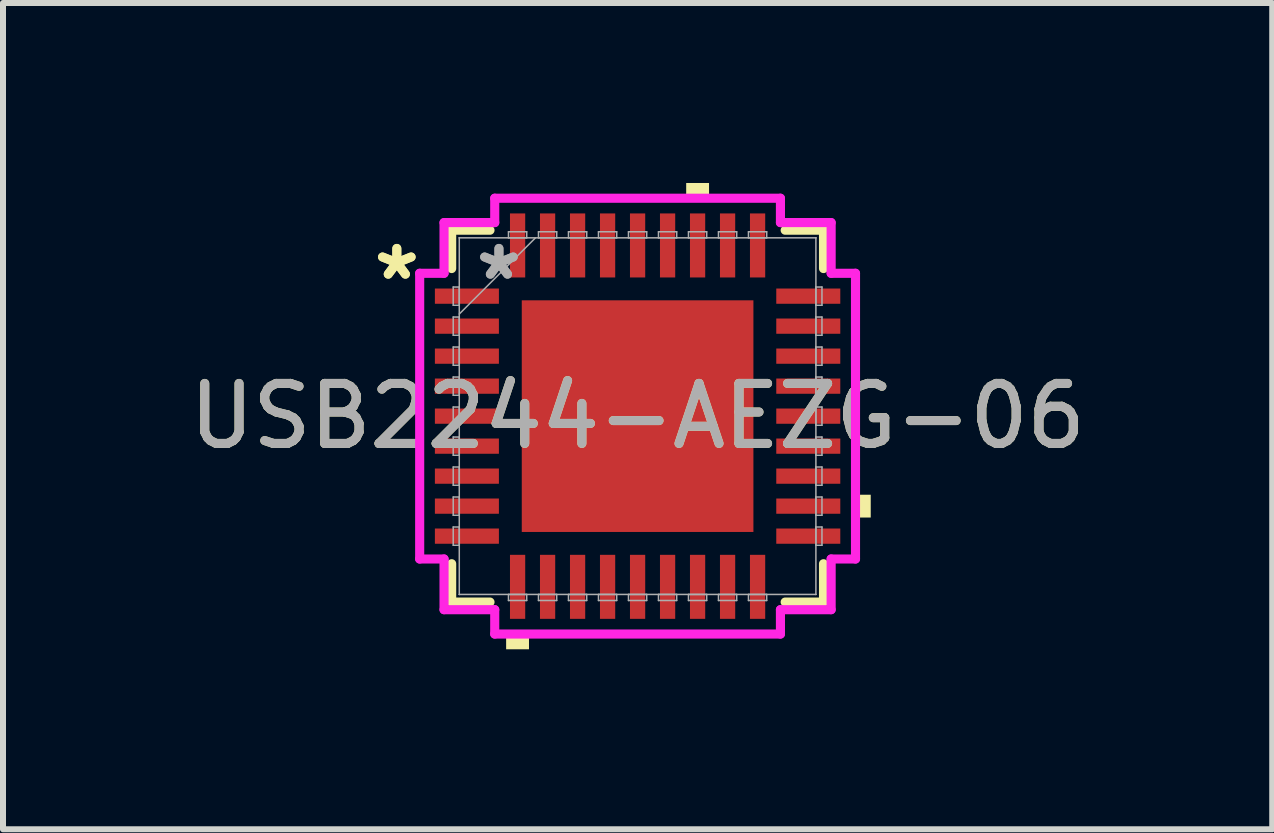
<source format=kicad_pcb>
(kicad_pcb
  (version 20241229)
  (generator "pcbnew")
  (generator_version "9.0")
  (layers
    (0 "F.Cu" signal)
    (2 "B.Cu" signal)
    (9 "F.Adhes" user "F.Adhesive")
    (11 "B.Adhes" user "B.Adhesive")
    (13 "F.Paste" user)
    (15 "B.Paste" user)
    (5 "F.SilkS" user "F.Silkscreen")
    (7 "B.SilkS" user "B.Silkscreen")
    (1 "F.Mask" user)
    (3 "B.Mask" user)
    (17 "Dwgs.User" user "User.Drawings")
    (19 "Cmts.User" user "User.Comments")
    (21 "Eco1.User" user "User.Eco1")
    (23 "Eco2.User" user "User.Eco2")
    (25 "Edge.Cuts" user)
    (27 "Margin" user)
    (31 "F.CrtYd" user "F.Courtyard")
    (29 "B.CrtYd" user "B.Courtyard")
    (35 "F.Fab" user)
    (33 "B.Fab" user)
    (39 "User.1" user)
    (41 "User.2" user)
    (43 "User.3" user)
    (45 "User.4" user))
  (footprint "USB2244-AEZG-06"
    (layer "F.Cu")
    (at 7.577 3.886)
    (property "Reference" "USB2244-AEZG-06" (at 0 0 0) (unlocked yes) (layer "F.SilkS") (effects (font (size 1 1) (thickness 0.15))))
    (attr smd)
    (fp_line (start -3.099 -3.099) (end -3.099 -2.46) (stroke (width 0.152) (type solid)) (layer "F.SilkS"))
    (fp_line (start -3.099 2.46) (end -3.099 3.099) (stroke (width 0.152) (type solid)) (layer "F.SilkS"))
    (fp_line (start -3.099 3.099) (end -2.46 3.099) (stroke (width 0.152) (type solid)) (layer "F.SilkS"))
    (fp_line (start -2.46 -3.099) (end -3.099 -3.099) (stroke (width 0.152) (type solid)) (layer "F.SilkS"))
    (fp_line (start 2.46 3.099) (end 3.099 3.099) (stroke (width 0.152) (type solid)) (layer "F.SilkS"))
    (fp_line (start 3.099 -3.099) (end 2.46 -3.099) (stroke (width 0.152) (type solid)) (layer "F.SilkS"))
    (fp_line (start 3.099 -2.46) (end 3.099 -3.099) (stroke (width 0.152) (type solid)) (layer "F.SilkS"))
    (fp_line (start 3.099 3.099) (end 3.099 2.46) (stroke (width 0.152) (type solid)) (layer "F.SilkS"))
    (fp_poly (pts (xy -2.191 3.632) (xy -2.191 3.886) (xy -1.81 3.886) (xy -1.81 3.632)) (stroke (width 0) (type solid)) (fill yes) (layer "F.SilkS"))
    (fp_poly (pts (xy 0.81 -3.632) (xy 0.81 -3.886) (xy 1.191 -3.886) (xy 1.191 -3.632)) (stroke (width 0) (type solid)) (fill yes) (layer "F.SilkS"))
    (fp_poly (pts (xy 3.886 1.31) (xy 3.886 1.69) (xy 3.632 1.69) (xy 3.632 1.31)) (stroke (width 0) (type solid)) (fill yes) (layer "F.SilkS"))
    (fp_poly (pts (xy -1.83 -1.83) (xy -1.83 -0.743) (xy -0.743 -0.743) (xy -0.743 -1.83)) (stroke (width 0) (type solid)) (fill yes) (layer "F.Paste"))
    (fp_poly (pts (xy -1.83 -0.543) (xy -1.83 0.543) (xy -0.743 0.543) (xy -0.743 -0.543)) (stroke (width 0) (type solid)) (fill yes) (layer "F.Paste"))
    (fp_poly (pts (xy -1.83 0.743) (xy -1.83 1.83) (xy -0.743 1.83) (xy -0.743 0.743)) (stroke (width 0) (type solid)) (fill yes) (layer "F.Paste"))
    (fp_poly (pts (xy -0.543 -1.83) (xy -0.543 -0.743) (xy 0.543 -0.743) (xy 0.543 -1.83)) (stroke (width 0) (type solid)) (fill yes) (layer "F.Paste"))
    (fp_poly (pts (xy -0.543 -0.543) (xy -0.543 0.543) (xy 0.543 0.543) (xy 0.543 -0.543)) (stroke (width 0) (type solid)) (fill yes) (layer "F.Paste"))
    (fp_poly (pts (xy -0.543 0.743) (xy -0.543 1.83) (xy 0.543 1.83) (xy 0.543 0.743)) (stroke (width 0) (type solid)) (fill yes) (layer "F.Paste"))
    (fp_poly (pts (xy 0.743 -1.83) (xy 0.743 -0.743) (xy 1.83 -0.743) (xy 1.83 -1.83)) (stroke (width 0) (type solid)) (fill yes) (layer "F.Paste"))
    (fp_poly (pts (xy 0.743 -0.543) (xy 0.743 0.543) (xy 1.83 0.543) (xy 1.83 -0.543)) (stroke (width 0) (type solid)) (fill yes) (layer "F.Paste"))
    (fp_poly (pts (xy 0.743 0.743) (xy 0.743 1.83) (xy 1.83 1.83) (xy 1.83 0.743)) (stroke (width 0) (type solid)) (fill yes) (layer "F.Paste"))
    (fp_line (start -3.632 -2.381) (end -3.226 -2.381) (stroke (width 0.152) (type solid)) (layer "F.CrtYd"))
    (fp_line (start -3.632 2.381) (end -3.632 -2.381) (stroke (width 0.152) (type solid)) (layer "F.CrtYd"))
    (fp_line (start -3.226 -3.226) (end -2.381 -3.226) (stroke (width 0.152) (type solid)) (layer "F.CrtYd"))
    (fp_line (start -3.226 -2.381) (end -3.226 -3.226) (stroke (width 0.152) (type solid)) (layer "F.CrtYd"))
    (fp_line (start -3.226 2.381) (end -3.632 2.381) (stroke (width 0.152) (type solid)) (layer "F.CrtYd"))
    (fp_line (start -3.226 3.226) (end -3.226 2.381) (stroke (width 0.152) (type solid)) (layer "F.CrtYd"))
    (fp_line (start -2.381 -3.632) (end 2.381 -3.632) (stroke (width 0.152) (type solid)) (layer "F.CrtYd"))
    (fp_line (start -2.381 -3.226) (end -2.381 -3.632) (stroke (width 0.152) (type solid)) (layer "F.CrtYd"))
    (fp_line (start -2.381 3.226) (end -3.226 3.226) (stroke (width 0.152) (type solid)) (layer "F.CrtYd"))
    (fp_line (start -2.381 3.632) (end -2.381 3.226) (stroke (width 0.152) (type solid)) (layer "F.CrtYd"))
    (fp_line (start 2.381 -3.632) (end 2.381 -3.226) (stroke (width 0.152) (type solid)) (layer "F.CrtYd"))
    (fp_line (start 2.381 -3.226) (end 3.226 -3.226) (stroke (width 0.152) (type solid)) (layer "F.CrtYd"))
    (fp_line (start 2.381 3.226) (end 2.381 3.632) (stroke (width 0.152) (type solid)) (layer "F.CrtYd"))
    (fp_line (start 2.381 3.632) (end -2.381 3.632) (stroke (width 0.152) (type solid)) (layer "F.CrtYd"))
    (fp_line (start 3.226 -3.226) (end 3.226 -2.381) (stroke (width 0.152) (type solid)) (layer "F.CrtYd"))
    (fp_line (start 3.226 -2.381) (end 3.632 -2.381) (stroke (width 0.152) (type solid)) (layer "F.CrtYd"))
    (fp_line (start 3.226 2.381) (end 3.226 3.226) (stroke (width 0.152) (type solid)) (layer "F.CrtYd"))
    (fp_line (start 3.226 3.226) (end 2.381 3.226) (stroke (width 0.152) (type solid)) (layer "F.CrtYd"))
    (fp_line (start 3.632 -2.381) (end 3.632 2.381) (stroke (width 0.152) (type solid)) (layer "F.CrtYd"))
    (fp_line (start 3.632 2.381) (end 3.226 2.381) (stroke (width 0.152) (type solid)) (layer "F.CrtYd"))
    (fp_line (start -3.073 -2.152) (end -3.073 -1.848) (stroke (width 0.025) (type solid)) (layer "F.Fab"))
    (fp_line (start -3.073 -1.848) (end -2.972 -1.848) (stroke (width 0.025) (type solid)) (layer "F.Fab"))
    (fp_line (start -3.073 -1.652) (end -3.073 -1.348) (stroke (width 0.025) (type solid)) (layer "F.Fab"))
    (fp_line (start -3.073 -1.348) (end -2.972 -1.348) (stroke (width 0.025) (type solid)) (layer "F.Fab"))
    (fp_line (start -3.073 -1.152) (end -3.073 -0.848) (stroke (width 0.025) (type solid)) (layer "F.Fab"))
    (fp_line (start -3.073 -0.848) (end -2.972 -0.848) (stroke (width 0.025) (type solid)) (layer "F.Fab"))
    (fp_line (start -3.073 -0.652) (end -3.073 -0.348) (stroke (width 0.025) (type solid)) (layer "F.Fab"))
    (fp_line (start -3.073 -0.348) (end -2.972 -0.348) (stroke (width 0.025) (type solid)) (layer "F.Fab"))
    (fp_line (start -3.073 -0.152) (end -3.073 0.152) (stroke (width 0.025) (type solid)) (layer "F.Fab"))
    (fp_line (start -3.073 0.152) (end -2.972 0.152) (stroke (width 0.025) (type solid)) (layer "F.Fab"))
    (fp_line (start -3.073 0.348) (end -3.073 0.652) (stroke (width 0.025) (type solid)) (layer "F.Fab"))
    (fp_line (start -3.073 0.652) (end -2.972 0.652) (stroke (width 0.025) (type solid)) (layer "F.Fab"))
    (fp_line (start -3.073 0.848) (end -3.073 1.152) (stroke (width 0.025) (type solid)) (layer "F.Fab"))
    (fp_line (start -3.073 1.152) (end -2.972 1.152) (stroke (width 0.025) (type solid)) (layer "F.Fab"))
    (fp_line (start -3.073 1.348) (end -3.073 1.652) (stroke (width 0.025) (type solid)) (layer "F.Fab"))
    (fp_line (start -3.073 1.652) (end -2.972 1.652) (stroke (width 0.025) (type solid)) (layer "F.Fab"))
    (fp_line (start -3.073 1.848) (end -3.073 2.152) (stroke (width 0.025) (type solid)) (layer "F.Fab"))
    (fp_line (start -3.073 2.152) (end -2.972 2.152) (stroke (width 0.025) (type solid)) (layer "F.Fab"))
    (fp_line (start -2.972 -2.972) (end -2.972 -2.972) (stroke (width 0.025) (type solid)) (layer "F.Fab"))
    (fp_line (start -2.972 -2.972) (end -2.972 2.972) (stroke (width 0.025) (type solid)) (layer "F.Fab"))
    (fp_line (start -2.972 -2.152) (end -3.073 -2.152) (stroke (width 0.025) (type solid)) (layer "F.Fab"))
    (fp_line (start -2.972 -1.848) (end -2.972 -2.152) (stroke (width 0.025) (type solid)) (layer "F.Fab"))
    (fp_line (start -2.972 -1.702) (end -1.702 -2.972) (stroke (width 0.025) (type solid)) (layer "F.Fab"))
    (fp_line (start -2.972 -1.652) (end -3.073 -1.652) (stroke (width 0.025) (type solid)) (layer "F.Fab"))
    (fp_line (start -2.972 -1.348) (end -2.972 -1.652) (stroke (width 0.025) (type solid)) (layer "F.Fab"))
    (fp_line (start -2.972 -1.152) (end -3.073 -1.152) (stroke (width 0.025) (type solid)) (layer "F.Fab"))
    (fp_line (start -2.972 -0.848) (end -2.972 -1.152) (stroke (width 0.025) (type solid)) (layer "F.Fab"))
    (fp_line (start -2.972 -0.652) (end -3.073 -0.652) (stroke (width 0.025) (type solid)) (layer "F.Fab"))
    (fp_line (start -2.972 -0.348) (end -2.972 -0.652) (stroke (width 0.025) (type solid)) (layer "F.Fab"))
    (fp_line (start -2.972 -0.152) (end -3.073 -0.152) (stroke (width 0.025) (type solid)) (layer "F.Fab"))
    (fp_line (start -2.972 0.152) (end -2.972 -0.152) (stroke (width 0.025) (type solid)) (layer "F.Fab"))
    (fp_line (start -2.972 0.348) (end -3.073 0.348) (stroke (width 0.025) (type solid)) (layer "F.Fab"))
    (fp_line (start -2.972 0.652) (end -2.972 0.348) (stroke (width 0.025) (type solid)) (layer "F.Fab"))
    (fp_line (start -2.972 0.848) (end -3.073 0.848) (stroke (width 0.025) (type solid)) (layer "F.Fab"))
    (fp_line (start -2.972 1.152) (end -2.972 0.848) (stroke (width 0.025) (type solid)) (layer "F.Fab"))
    (fp_line (start -2.972 1.348) (end -3.073 1.348) (stroke (width 0.025) (type solid)) (layer "F.Fab"))
    (fp_line (start -2.972 1.652) (end -2.972 1.348) (stroke (width 0.025) (type solid)) (layer "F.Fab"))
    (fp_line (start -2.972 1.848) (end -3.073 1.848) (stroke (width 0.025) (type solid)) (layer "F.Fab"))
    (fp_line (start -2.972 2.152) (end -2.972 1.848) (stroke (width 0.025) (type solid)) (layer "F.Fab"))
    (fp_line (start -2.972 2.972) (end -2.972 2.972) (stroke (width 0.025) (type solid)) (layer "F.Fab"))
    (fp_line (start -2.972 2.972) (end 2.972 2.972) (stroke (width 0.025) (type solid)) (layer "F.Fab"))
    (fp_line (start -2.152 -3.073) (end -2.152 -2.972) (stroke (width 0.025) (type solid)) (layer "F.Fab"))
    (fp_line (start -2.152 -2.972) (end -1.848 -2.972) (stroke (width 0.025) (type solid)) (layer "F.Fab"))
    (fp_line (start -2.152 2.972) (end -2.152 3.073) (stroke (width 0.025) (type solid)) (layer "F.Fab"))
    (fp_line (start -2.152 3.073) (end -1.848 3.073) (stroke (width 0.025) (type solid)) (layer "F.Fab"))
    (fp_line (start -1.848 -3.073) (end -2.152 -3.073) (stroke (width 0.025) (type solid)) (layer "F.Fab"))
    (fp_line (start -1.848 -2.972) (end -1.848 -3.073) (stroke (width 0.025) (type solid)) (layer "F.Fab"))
    (fp_line (start -1.848 2.972) (end -2.152 2.972) (stroke (width 0.025) (type solid)) (layer "F.Fab"))
    (fp_line (start -1.848 3.073) (end -1.848 2.972) (stroke (width 0.025) (type solid)) (layer "F.Fab"))
    (fp_line (start -1.652 -3.073) (end -1.652 -2.972) (stroke (width 0.025) (type solid)) (layer "F.Fab"))
    (fp_line (start -1.652 -2.972) (end -1.348 -2.972) (stroke (width 0.025) (type solid)) (layer "F.Fab"))
    (fp_line (start -1.652 2.972) (end -1.652 3.073) (stroke (width 0.025) (type solid)) (layer "F.Fab"))
    (fp_line (start -1.652 3.073) (end -1.348 3.073) (stroke (width 0.025) (type solid)) (layer "F.Fab"))
    (fp_line (start -1.348 -3.073) (end -1.652 -3.073) (stroke (width 0.025) (type solid)) (layer "F.Fab"))
    (fp_line (start -1.348 -2.972) (end -1.348 -3.073) (stroke (width 0.025) (type solid)) (layer "F.Fab"))
    (fp_line (start -1.348 2.972) (end -1.652 2.972) (stroke (width 0.025) (type solid)) (layer "F.Fab"))
    (fp_line (start -1.348 3.073) (end -1.348 2.972) (stroke (width 0.025) (type solid)) (layer "F.Fab"))
    (fp_line (start -1.152 -3.073) (end -1.152 -2.972) (stroke (width 0.025) (type solid)) (layer "F.Fab"))
    (fp_line (start -1.152 -2.972) (end -0.848 -2.972) (stroke (width 0.025) (type solid)) (layer "F.Fab"))
    (fp_line (start -1.152 2.972) (end -1.152 3.073) (stroke (width 0.025) (type solid)) (layer "F.Fab"))
    (fp_line (start -1.152 3.073) (end -0.848 3.073) (stroke (width 0.025) (type solid)) (layer "F.Fab"))
    (fp_line (start -0.848 -3.073) (end -1.152 -3.073) (stroke (width 0.025) (type solid)) (layer "F.Fab"))
    (fp_line (start -0.848 -2.972) (end -0.848 -3.073) (stroke (width 0.025) (type solid)) (layer "F.Fab"))
    (fp_line (start -0.848 2.972) (end -1.152 2.972) (stroke (width 0.025) (type solid)) (layer "F.Fab"))
    (fp_line (start -0.848 3.073) (end -0.848 2.972) (stroke (width 0.025) (type solid)) (layer "F.Fab"))
    (fp_line (start -0.652 -3.073) (end -0.652 -2.972) (stroke (width 0.025) (type solid)) (layer "F.Fab"))
    (fp_line (start -0.652 -2.972) (end -0.348 -2.972) (stroke (width 0.025) (type solid)) (layer "F.Fab"))
    (fp_line (start -0.652 2.972) (end -0.652 3.073) (stroke (width 0.025) (type solid)) (layer "F.Fab"))
    (fp_line (start -0.652 3.073) (end -0.348 3.073) (stroke (width 0.025) (type solid)) (layer "F.Fab"))
    (fp_line (start -0.348 -3.073) (end -0.652 -3.073) (stroke (width 0.025) (type solid)) (layer "F.Fab"))
    (fp_line (start -0.348 -2.972) (end -0.348 -3.073) (stroke (width 0.025) (type solid)) (layer "F.Fab"))
    (fp_line (start -0.348 2.972) (end -0.652 2.972) (stroke (width 0.025) (type solid)) (layer "F.Fab"))
    (fp_line (start -0.348 3.073) (end -0.348 2.972) (stroke (width 0.025) (type solid)) (layer "F.Fab"))
    (fp_line (start -0.152 -3.073) (end -0.152 -2.972) (stroke (width 0.025) (type solid)) (layer "F.Fab"))
    (fp_line (start -0.152 -2.972) (end 0.152 -2.972) (stroke (width 0.025) (type solid)) (layer "F.Fab"))
    (fp_line (start -0.152 2.972) (end -0.152 3.073) (stroke (width 0.025) (type solid)) (layer "F.Fab"))
    (fp_line (start -0.152 3.073) (end 0.152 3.073) (stroke (width 0.025) (type solid)) (layer "F.Fab"))
    (fp_line (start 0.152 -3.073) (end -0.152 -3.073) (stroke (width 0.025) (type solid)) (layer "F.Fab"))
    (fp_line (start 0.152 -2.972) (end 0.152 -3.073) (stroke (width 0.025) (type solid)) (layer "F.Fab"))
    (fp_line (start 0.152 2.972) (end -0.152 2.972) (stroke (width 0.025) (type solid)) (layer "F.Fab"))
    (fp_line (start 0.152 3.073) (end 0.152 2.972) (stroke (width 0.025) (type solid)) (layer "F.Fab"))
    (fp_line (start 0.348 -3.073) (end 0.348 -2.972) (stroke (width 0.025) (type solid)) (layer "F.Fab"))
    (fp_line (start 0.348 -2.972) (end 0.652 -2.972) (stroke (width 0.025) (type solid)) (layer "F.Fab"))
    (fp_line (start 0.348 2.972) (end 0.348 3.073) (stroke (width 0.025) (type solid)) (layer "F.Fab"))
    (fp_line (start 0.348 3.073) (end 0.652 3.073) (stroke (width 0.025) (type solid)) (layer "F.Fab"))
    (fp_line (start 0.652 -3.073) (end 0.348 -3.073) (stroke (width 0.025) (type solid)) (layer "F.Fab"))
    (fp_line (start 0.652 -2.972) (end 0.652 -3.073) (stroke (width 0.025) (type solid)) (layer "F.Fab"))
    (fp_line (start 0.652 2.972) (end 0.348 2.972) (stroke (width 0.025) (type solid)) (layer "F.Fab"))
    (fp_line (start 0.652 3.073) (end 0.652 2.972) (stroke (width 0.025) (type solid)) (layer "F.Fab"))
    (fp_line (start 0.848 -3.073) (end 0.848 -2.972) (stroke (width 0.025) (type solid)) (layer "F.Fab"))
    (fp_line (start 0.848 -2.972) (end 1.152 -2.972) (stroke (width 0.025) (type solid)) (layer "F.Fab"))
    (fp_line (start 0.848 2.972) (end 0.848 3.073) (stroke (width 0.025) (type solid)) (layer "F.Fab"))
    (fp_line (start 0.848 3.073) (end 1.152 3.073) (stroke (width 0.025) (type solid)) (layer "F.Fab"))
    (fp_line (start 1.152 -3.073) (end 0.848 -3.073) (stroke (width 0.025) (type solid)) (layer "F.Fab"))
    (fp_line (start 1.152 -2.972) (end 1.152 -3.073) (stroke (width 0.025) (type solid)) (layer "F.Fab"))
    (fp_line (start 1.152 2.972) (end 0.848 2.972) (stroke (width 0.025) (type solid)) (layer "F.Fab"))
    (fp_line (start 1.152 3.073) (end 1.152 2.972) (stroke (width 0.025) (type solid)) (layer "F.Fab"))
    (fp_line (start 1.348 -3.073) (end 1.348 -2.972) (stroke (width 0.025) (type solid)) (layer "F.Fab"))
    (fp_line (start 1.348 -2.972) (end 1.652 -2.972) (stroke (width 0.025) (type solid)) (layer "F.Fab"))
    (fp_line (start 1.348 2.972) (end 1.348 3.073) (stroke (width 0.025) (type solid)) (layer "F.Fab"))
    (fp_line (start 1.348 3.073) (end 1.652 3.073) (stroke (width 0.025) (type solid)) (layer "F.Fab"))
    (fp_line (start 1.652 -3.073) (end 1.348 -3.073) (stroke (width 0.025) (type solid)) (layer "F.Fab"))
    (fp_line (start 1.652 -2.972) (end 1.652 -3.073) (stroke (width 0.025) (type solid)) (layer "F.Fab"))
    (fp_line (start 1.652 2.972) (end 1.348 2.972) (stroke (width 0.025) (type solid)) (layer "F.Fab"))
    (fp_line (start 1.652 3.073) (end 1.652 2.972) (stroke (width 0.025) (type solid)) (layer "F.Fab"))
    (fp_line (start 1.848 -3.073) (end 1.848 -2.972) (stroke (width 0.025) (type solid)) (layer "F.Fab"))
    (fp_line (start 1.848 -2.972) (end 2.152 -2.972) (stroke (width 0.025) (type solid)) (layer "F.Fab"))
    (fp_line (start 1.848 2.972) (end 1.848 3.073) (stroke (width 0.025) (type solid)) (layer "F.Fab"))
    (fp_line (start 1.848 3.073) (end 2.152 3.073) (stroke (width 0.025) (type solid)) (layer "F.Fab"))
    (fp_line (start 2.152 -3.073) (end 1.848 -3.073) (stroke (width 0.025) (type solid)) (layer "F.Fab"))
    (fp_line (start 2.152 -2.972) (end 2.152 -3.073) (stroke (width 0.025) (type solid)) (layer "F.Fab"))
    (fp_line (start 2.152 2.972) (end 1.848 2.972) (stroke (width 0.025) (type solid)) (layer "F.Fab"))
    (fp_line (start 2.152 3.073) (end 2.152 2.972) (stroke (width 0.025) (type solid)) (layer "F.Fab"))
    (fp_line (start 2.972 -2.972) (end -2.972 -2.972) (stroke (width 0.025) (type solid)) (layer "F.Fab"))
    (fp_line (start 2.972 -2.972) (end 2.972 -2.972) (stroke (width 0.025) (type solid)) (layer "F.Fab"))
    (fp_line (start 2.972 -2.152) (end 2.972 -1.848) (stroke (width 0.025) (type solid)) (layer "F.Fab"))
    (fp_line (start 2.972 -1.848) (end 3.073 -1.848) (stroke (width 0.025) (type solid)) (layer "F.Fab"))
    (fp_line (start 2.972 -1.652) (end 2.972 -1.348) (stroke (width 0.025) (type solid)) (layer "F.Fab"))
    (fp_line (start 2.972 -1.348) (end 3.073 -1.348) (stroke (width 0.025) (type solid)) (layer "F.Fab"))
    (fp_line (start 2.972 -1.152) (end 2.972 -0.848) (stroke (width 0.025) (type solid)) (layer "F.Fab"))
    (fp_line (start 2.972 -0.848) (end 3.073 -0.848) (stroke (width 0.025) (type solid)) (layer "F.Fab"))
    (fp_line (start 2.972 -0.652) (end 2.972 -0.348) (stroke (width 0.025) (type solid)) (layer "F.Fab"))
    (fp_line (start 2.972 -0.348) (end 3.073 -0.348) (stroke (width 0.025) (type solid)) (layer "F.Fab"))
    (fp_line (start 2.972 -0.152) (end 2.972 0.152) (stroke (width 0.025) (type solid)) (layer "F.Fab"))
    (fp_line (start 2.972 0.152) (end 3.073 0.152) (stroke (width 0.025) (type solid)) (layer "F.Fab"))
    (fp_line (start 2.972 0.348) (end 2.972 0.652) (stroke (width 0.025) (type solid)) (layer "F.Fab"))
    (fp_line (start 2.972 0.652) (end 3.073 0.652) (stroke (width 0.025) (type solid)) (layer "F.Fab"))
    (fp_line (start 2.972 0.848) (end 2.972 1.152) (stroke (width 0.025) (type solid)) (layer "F.Fab"))
    (fp_line (start 2.972 1.152) (end 3.073 1.152) (stroke (width 0.025) (type solid)) (layer "F.Fab"))
    (fp_line (start 2.972 1.348) (end 2.972 1.652) (stroke (width 0.025) (type solid)) (layer "F.Fab"))
    (fp_line (start 2.972 1.652) (end 3.073 1.652) (stroke (width 0.025) (type solid)) (layer "F.Fab"))
    (fp_line (start 2.972 1.848) (end 2.972 2.152) (stroke (width 0.025) (type solid)) (layer "F.Fab"))
    (fp_line (start 2.972 2.152) (end 3.073 2.152) (stroke (width 0.025) (type solid)) (layer "F.Fab"))
    (fp_line (start 2.972 2.972) (end 2.972 -2.972) (stroke (width 0.025) (type solid)) (layer "F.Fab"))
    (fp_line (start 2.972 2.972) (end 2.972 2.972) (stroke (width 0.025) (type solid)) (layer "F.Fab"))
    (fp_line (start 3.073 -2.152) (end 2.972 -2.152) (stroke (width 0.025) (type solid)) (layer "F.Fab"))
    (fp_line (start 3.073 -1.848) (end 3.073 -2.152) (stroke (width 0.025) (type solid)) (layer "F.Fab"))
    (fp_line (start 3.073 -1.652) (end 2.972 -1.652) (stroke (width 0.025) (type solid)) (layer "F.Fab"))
    (fp_line (start 3.073 -1.348) (end 3.073 -1.652) (stroke (width 0.025) (type solid)) (layer "F.Fab"))
    (fp_line (start 3.073 -1.152) (end 2.972 -1.152) (stroke (width 0.025) (type solid)) (layer "F.Fab"))
    (fp_line (start 3.073 -0.848) (end 3.073 -1.152) (stroke (width 0.025) (type solid)) (layer "F.Fab"))
    (fp_line (start 3.073 -0.652) (end 2.972 -0.652) (stroke (width 0.025) (type solid)) (layer "F.Fab"))
    (fp_line (start 3.073 -0.348) (end 3.073 -0.652) (stroke (width 0.025) (type solid)) (layer "F.Fab"))
    (fp_line (start 3.073 -0.152) (end 2.972 -0.152) (stroke (width 0.025) (type solid)) (layer "F.Fab"))
    (fp_line (start 3.073 0.152) (end 3.073 -0.152) (stroke (width 0.025) (type solid)) (layer "F.Fab"))
    (fp_line (start 3.073 0.348) (end 2.972 0.348) (stroke (width 0.025) (type solid)) (layer "F.Fab"))
    (fp_line (start 3.073 0.652) (end 3.073 0.348) (stroke (width 0.025) (type solid)) (layer "F.Fab"))
    (fp_line (start 3.073 0.848) (end 2.972 0.848) (stroke (width 0.025) (type solid)) (layer "F.Fab"))
    (fp_line (start 3.073 1.152) (end 3.073 0.848) (stroke (width 0.025) (type solid)) (layer "F.Fab"))
    (fp_line (start 3.073 1.348) (end 2.972 1.348) (stroke (width 0.025) (type solid)) (layer "F.Fab"))
    (fp_line (start 3.073 1.652) (end 3.073 1.348) (stroke (width 0.025) (type solid)) (layer "F.Fab"))
    (fp_line (start 3.073 1.848) (end 2.972 1.848) (stroke (width 0.025) (type solid)) (layer "F.Fab"))
    (fp_line (start 3.073 2.152) (end 3.073 1.848) (stroke (width 0.025) (type solid)) (layer "F.Fab"))
    (fp_text user "*" (at -4.013 -2.25 0) (unlocked yes) (layer "F.SilkS") (effects (font (size 1 1) (thickness 0.15))))
    (fp_text user "*" (at -4.013 -2.25 0) (layer "F.SilkS") (effects (font (size 1 1) (thickness 0.15))))
    (fp_text user "${REFERENCE}" (at 0 0 0) (unlocked yes) (layer "F.Fab") (effects (font (size 1 1) (thickness 0.15))))
    (fp_text user "*" (at -2.311 -2.25 0) (unlocked yes) (layer "F.Fab") (effects (font (size 1 1) (thickness 0.15))))
    (fp_text user "*" (at -2.311 -2.25 0) (layer "F.Fab") (effects (font (size 1 1) (thickness 0.15))))
    (pad "1" smd rect (at -2.845 -2 90) (size 0.254 1.067) (layers "F.Cu" "F.Mask" "F.Paste"))
    (pad "2" smd rect (at -2.845 -1.5 90) (size 0.254 1.067) (layers "F.Cu" "F.Mask" "F.Paste"))
    (pad "3" smd rect (at -2.845 -1 90) (size 0.254 1.067) (layers "F.Cu" "F.Mask" "F.Paste"))
    (pad "4" smd rect (at -2.845 -0.5 90) (size 0.254 1.067) (layers "F.Cu" "F.Mask" "F.Paste"))
    (pad "5" smd rect (at -2.845 0 90) (size 0.254 1.067) (layers "F.Cu" "F.Mask" "F.Paste"))
    (pad "6" smd rect (at -2.845 0.5 90) (size 0.254 1.067) (layers "F.Cu" "F.Mask" "F.Paste"))
    (pad "7" smd rect (at -2.845 1 90) (size 0.254 1.067) (layers "F.Cu" "F.Mask" "F.Paste"))
    (pad "8" smd rect (at -2.845 1.5 90) (size 0.254 1.067) (layers "F.Cu" "F.Mask" "F.Paste"))
    (pad "9" smd rect (at -2.845 2 90) (size 0.254 1.067) (layers "F.Cu" "F.Mask" "F.Paste"))
    (pad "10" smd rect (at -2 2.845) (size 0.254 1.067) (layers "F.Cu" "F.Mask" "F.Paste"))
    (pad "11" smd rect (at -1.5 2.845) (size 0.254 1.067) (layers "F.Cu" "F.Mask" "F.Paste"))
    (pad "12" smd rect (at -1 2.845) (size 0.254 1.067) (layers "F.Cu" "F.Mask" "F.Paste"))
    (pad "13" smd rect (at -0.5 2.845) (size 0.254 1.067) (layers "F.Cu" "F.Mask" "F.Paste"))
    (pad "14" smd rect (at 0 2.845) (size 0.254 1.067) (layers "F.Cu" "F.Mask" "F.Paste"))
    (pad "15" smd rect (at 0.5 2.845) (size 0.254 1.067) (layers "F.Cu" "F.Mask" "F.Paste"))
    (pad "16" smd rect (at 1 2.845) (size 0.254 1.067) (layers "F.Cu" "F.Mask" "F.Paste"))
    (pad "17" smd rect (at 1.5 2.845) (size 0.254 1.067) (layers "F.Cu" "F.Mask" "F.Paste"))
    (pad "18" smd rect (at 2 2.845) (size 0.254 1.067) (layers "F.Cu" "F.Mask" "F.Paste"))
    (pad "19" smd rect (at 2.845 2 90) (size 0.254 1.067) (layers "F.Cu" "F.Mask" "F.Paste"))
    (pad "20" smd rect (at 2.845 1.5 90) (size 0.254 1.067) (layers "F.Cu" "F.Mask" "F.Paste"))
    (pad "21" smd rect (at 2.845 1 90) (size 0.254 1.067) (layers "F.Cu" "F.Mask" "F.Paste"))
    (pad "22" smd rect (at 2.845 0.5 90) (size 0.254 1.067) (layers "F.Cu" "F.Mask" "F.Paste"))
    (pad "23" smd rect (at 2.845 0 90) (size 0.254 1.067) (layers "F.Cu" "F.Mask" "F.Paste"))
    (pad "24" smd rect (at 2.845 -0.5 90) (size 0.254 1.067) (layers "F.Cu" "F.Mask" "F.Paste"))
    (pad "25" smd rect (at 2.845 -1 90) (size 0.254 1.067) (layers "F.Cu" "F.Mask" "F.Paste"))
    (pad "26" smd rect (at 2.845 -1.5 90) (size 0.254 1.067) (layers "F.Cu" "F.Mask" "F.Paste"))
    (pad "27" smd rect (at 2.845 -2 90) (size 0.254 1.067) (layers "F.Cu" "F.Mask" "F.Paste"))
    (pad "28" smd rect (at 2 -2.845) (size 0.254 1.067) (layers "F.Cu" "F.Mask" "F.Paste"))
    (pad "29" smd rect (at 1.5 -2.845) (size 0.254 1.067) (layers "F.Cu" "F.Mask" "F.Paste"))
    (pad "30" smd rect (at 1 -2.845) (size 0.254 1.067) (layers "F.Cu" "F.Mask" "F.Paste"))
    (pad "31" smd rect (at 0.5 -2.845) (size 0.254 1.067) (layers "F.Cu" "F.Mask" "F.Paste"))
    (pad "32" smd rect (at 0 -2.845) (size 0.254 1.067) (layers "F.Cu" "F.Mask" "F.Paste"))
    (pad "33" smd rect (at -0.5 -2.845) (size 0.254 1.067) (layers "F.Cu" "F.Mask" "F.Paste"))
    (pad "34" smd rect (at -1 -2.845) (size 0.254 1.067) (layers "F.Cu" "F.Mask" "F.Paste"))
    (pad "35" smd rect (at -1.5 -2.845) (size 0.254 1.067) (layers "F.Cu" "F.Mask" "F.Paste"))
    (pad "36" smd rect (at -2 -2.845) (size 0.254 1.067) (layers "F.Cu" "F.Mask" "F.Paste"))
    (pad "37" smd rect (at 0 0) (size 3.861 3.861) (layers "F.Cu" "F.Mask")))
  (gr_rect
    (start -3 -3)
    (end 18.155 10.772)
    (stroke (width 0.1) (type default))
    (fill no)
    (layer "Edge.Cuts")))
</source>
